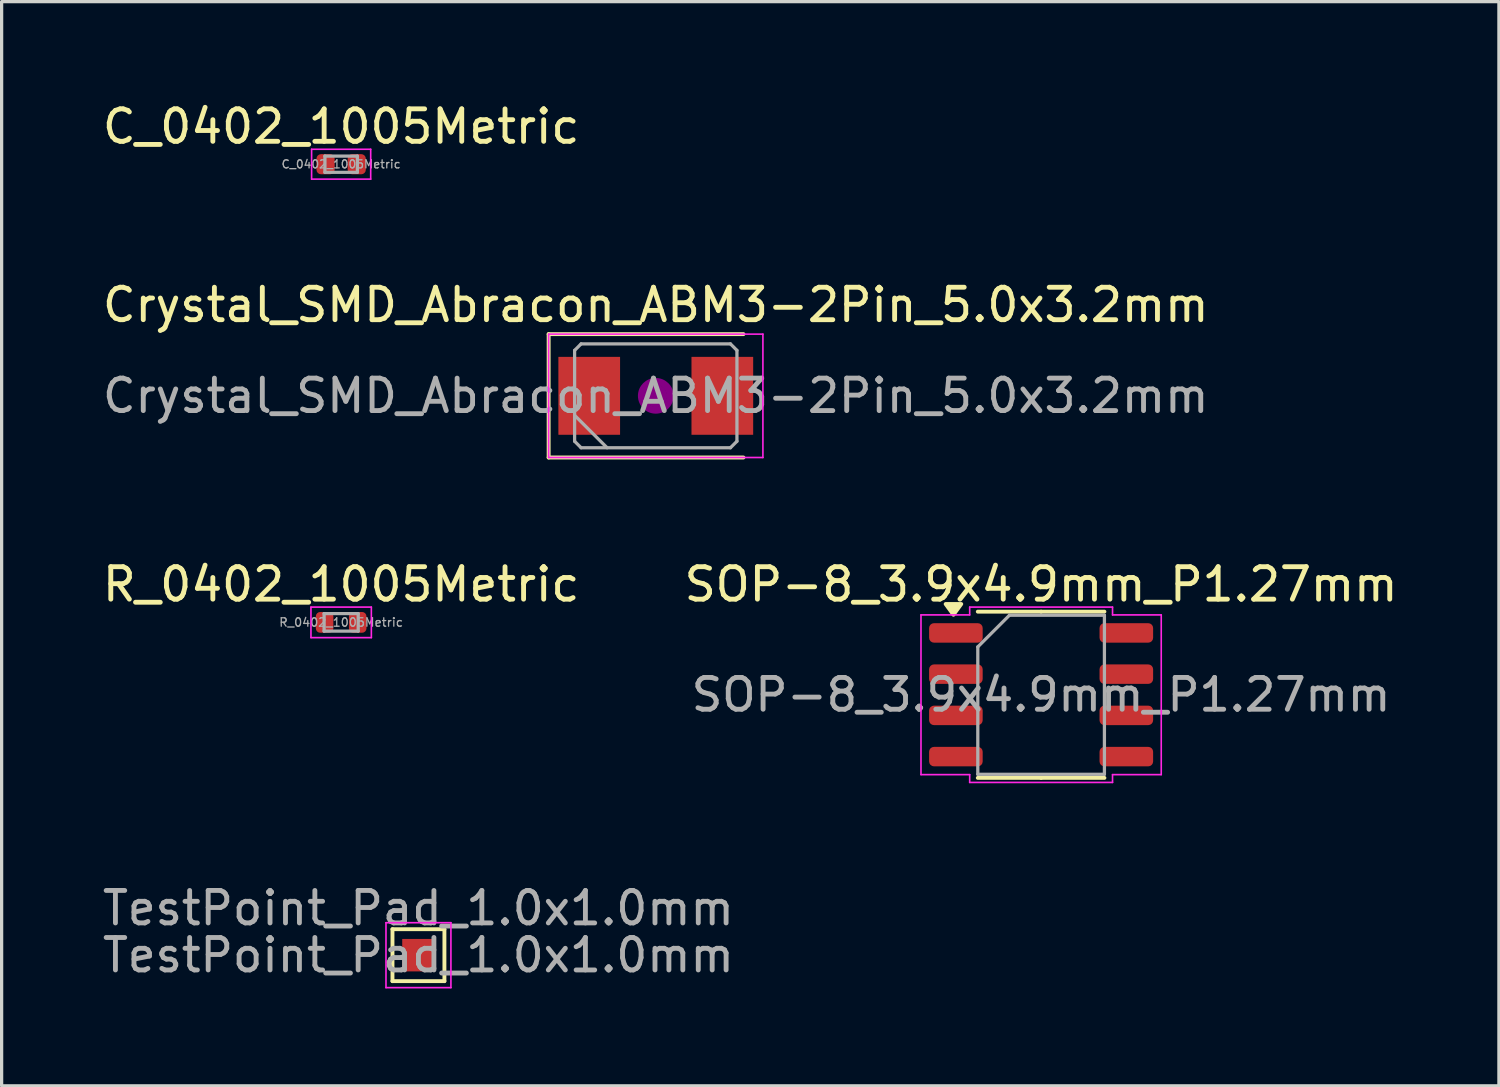
<source format=kicad_pcb>
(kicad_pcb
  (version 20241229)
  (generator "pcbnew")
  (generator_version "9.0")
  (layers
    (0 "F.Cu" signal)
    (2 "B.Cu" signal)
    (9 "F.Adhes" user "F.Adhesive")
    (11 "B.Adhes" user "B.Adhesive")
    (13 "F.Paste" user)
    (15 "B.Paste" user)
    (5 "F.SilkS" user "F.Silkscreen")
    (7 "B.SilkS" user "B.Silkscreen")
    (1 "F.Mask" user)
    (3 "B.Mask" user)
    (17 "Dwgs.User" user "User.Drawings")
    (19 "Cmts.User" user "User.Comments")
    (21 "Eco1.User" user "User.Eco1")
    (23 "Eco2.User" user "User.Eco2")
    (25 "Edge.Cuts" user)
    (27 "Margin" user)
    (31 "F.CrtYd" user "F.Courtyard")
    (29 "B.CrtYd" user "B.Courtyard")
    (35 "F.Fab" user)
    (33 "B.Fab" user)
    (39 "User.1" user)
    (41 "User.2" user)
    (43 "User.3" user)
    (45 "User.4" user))
  (footprint "C_0402_1005Metric"
    (layer "F.Cu")
    (at 7.458 2.008)
    (property "Reference" "C_0402_1005Metric" (at 0 -1.16 0) (layer "F.SilkS") (effects (font (size 1 1) (thickness 0.15))))
    (attr smd)
    (fp_line (start -0.91 -0.46) (end 0.91 -0.46) (stroke (width 0.05) (type solid)) (layer "F.CrtYd"))
    (fp_line (start -0.91 0.46) (end -0.91 -0.46) (stroke (width 0.05) (type solid)) (layer "F.CrtYd"))
    (fp_line (start 0.91 -0.46) (end 0.91 0.46) (stroke (width 0.05) (type solid)) (layer "F.CrtYd"))
    (fp_line (start 0.91 0.46) (end -0.91 0.46) (stroke (width 0.05) (type solid)) (layer "F.CrtYd"))
    (fp_line (start -0.5 -0.25) (end 0.5 -0.25) (stroke (width 0.1) (type solid)) (layer "F.Fab"))
    (fp_line (start -0.5 0.25) (end -0.5 -0.25) (stroke (width 0.1) (type solid)) (layer "F.Fab"))
    (fp_line (start 0.5 -0.25) (end 0.5 0.25) (stroke (width 0.1) (type solid)) (layer "F.Fab"))
    (fp_line (start 0.5 0.25) (end -0.5 0.25) (stroke (width 0.1) (type solid)) (layer "F.Fab"))
    (fp_text user "${REFERENCE}" (at 0 0 0) (layer "F.Fab") (effects (font (size 0.25 0.25) (thickness 0.04))))
    (pad "1" smd roundrect (at -0.48 0) (size 0.56 0.62) (layers "F.Cu" "F.Mask" "F.Paste") (roundrect_rratio 0.25))
    (pad "2" smd roundrect (at 0.48 0) (size 0.56 0.62) (layers "F.Cu" "F.Mask" "F.Paste") (roundrect_rratio 0.25)))
  (footprint "R_0402_1005Metric"
    (layer "F.Cu")
    (at 7.458 16.12)
    (property "Reference" "R_0402_1005Metric" (at 0 -1.17 0) (layer "F.SilkS") (effects (font (size 1 1) (thickness 0.15))))
    (attr smd)
    (fp_line (start -0.93 -0.47) (end 0.93 -0.47) (stroke (width 0.05) (type solid)) (layer "F.CrtYd"))
    (fp_line (start -0.93 0.47) (end -0.93 -0.47) (stroke (width 0.05) (type solid)) (layer "F.CrtYd"))
    (fp_line (start 0.93 -0.47) (end 0.93 0.47) (stroke (width 0.05) (type solid)) (layer "F.CrtYd"))
    (fp_line (start 0.93 0.47) (end -0.93 0.47) (stroke (width 0.05) (type solid)) (layer "F.CrtYd"))
    (fp_line (start -0.525 -0.27) (end 0.525 -0.27) (stroke (width 0.1) (type solid)) (layer "F.Fab"))
    (fp_line (start -0.525 0.27) (end -0.525 -0.27) (stroke (width 0.1) (type solid)) (layer "F.Fab"))
    (fp_line (start 0.525 -0.27) (end 0.525 0.27) (stroke (width 0.1) (type solid)) (layer "F.Fab"))
    (fp_line (start 0.525 0.27) (end -0.525 0.27) (stroke (width 0.1) (type solid)) (layer "F.Fab"))
    (fp_text user "${REFERENCE}" (at 0 0 0) (layer "F.Fab") (effects (font (size 0.26 0.26) (thickness 0.04))))
    (pad "1" smd roundrect (at -0.51 0) (size 0.54 0.64) (layers "F.Cu" "F.Mask" "F.Paste") (roundrect_rratio 0.25))
    (pad "2" smd roundrect (at 0.51 0) (size 0.54 0.64) (layers "F.Cu" "F.Mask" "F.Paste") (roundrect_rratio 0.25)))
  (footprint "Crystal_SMD_Abracon_ABM3-2Pin_5.0x3.2mm"
    (layer "F.Cu")
    (at 17.149 9.142)
    (property "Reference" "Crystal_SMD_Abracon_ABM3-2Pin_5.0x3.2mm" (at 0 -2.8 0) (layer "F.SilkS") (effects (font (size 1 1) (thickness 0.15))))
    (attr smd)
    (fp_line (start -3.3 -1.9) (end -3.3 1.9) (stroke (width 0.12) (type solid)) (layer "F.SilkS"))
    (fp_line (start -3.3 1.9) (end 2.7 1.9) (stroke (width 0.12) (type solid)) (layer "F.SilkS"))
    (fp_line (start 2.7 -1.9) (end -3.3 -1.9) (stroke (width 0.12) (type solid)) (layer "F.SilkS"))
    (fp_circle (center 0 0) (end 0.117 0) (stroke (width 0.233) (type solid)) (fill no) (layer "F.Adhes"))
    (fp_circle (center 0 0) (end 0.267 0) (stroke (width 0.167) (type solid)) (fill no) (layer "F.Adhes"))
    (fp_circle (center 0 0) (end 0.417 0) (stroke (width 0.167) (type solid)) (fill no) (layer "F.Adhes"))
    (fp_circle (center 0 0) (end 0.5 0) (stroke (width 0.1) (type solid)) (fill no) (layer "F.Adhes"))
    (fp_line (start -3.3 -1.9) (end -3.3 1.9) (stroke (width 0.05) (type solid)) (layer "F.CrtYd"))
    (fp_line (start -3.3 1.9) (end 3.3 1.9) (stroke (width 0.05) (type solid)) (layer "F.CrtYd"))
    (fp_line (start 3.3 -1.9) (end -3.3 -1.9) (stroke (width 0.05) (type solid)) (layer "F.CrtYd"))
    (fp_line (start 3.3 1.9) (end 3.3 -1.9) (stroke (width 0.05) (type solid)) (layer "F.CrtYd"))
    (fp_line (start -2.5 -1.4) (end -2.3 -1.6) (stroke (width 0.1) (type solid)) (layer "F.Fab"))
    (fp_line (start -2.5 0.6) (end -1.5 1.6) (stroke (width 0.1) (type solid)) (layer "F.Fab"))
    (fp_line (start -2.5 1.4) (end -2.5 -1.4) (stroke (width 0.1) (type solid)) (layer "F.Fab"))
    (fp_line (start -2.3 -1.6) (end 2.3 -1.6) (stroke (width 0.1) (type solid)) (layer "F.Fab"))
    (fp_line (start -2.3 1.6) (end -2.5 1.4) (stroke (width 0.1) (type solid)) (layer "F.Fab"))
    (fp_line (start 2.3 -1.6) (end 2.5 -1.4) (stroke (width 0.1) (type solid)) (layer "F.Fab"))
    (fp_line (start 2.3 1.6) (end -2.3 1.6) (stroke (width 0.1) (type solid)) (layer "F.Fab"))
    (fp_line (start 2.5 -1.4) (end 2.5 1.4) (stroke (width 0.1) (type solid)) (layer "F.Fab"))
    (fp_line (start 2.5 1.4) (end 2.3 1.6) (stroke (width 0.1) (type solid)) (layer "F.Fab"))
    (fp_text user "${REFERENCE}" (at 0 0 0) (layer "F.Fab") (effects (font (size 1 1) (thickness 0.15))))
    (pad "1" smd rect (at -2.05 0) (size 1.9 2.4) (layers "F.Cu" "F.Mask" "F.Paste"))
    (pad "2" smd rect (at 2.05 0) (size 1.9 2.4) (layers "F.Cu" "F.Mask" "F.Paste")))
  (footprint "TestPoint_Pad_1.0x1.0mm"
    (layer "F.Cu")
    (at 9.839 26.371)
    (property "Reference" "TestPoint_Pad_1.0x1.0mm" (at 0 -1.448 0) (layer "F.Fab") (effects (font (size 1 1) (thickness 0.15))))
    (attr exclude_from_pos_files exclude_from_bom)
    (fp_line (start -0.8 -0.8) (end 0.8 -0.8) (stroke (width 0.12) (type solid)) (layer "F.SilkS"))
    (fp_line (start -0.8 0.8) (end -0.8 -0.8) (stroke (width 0.12) (type solid)) (layer "F.SilkS"))
    (fp_line (start 0.8 -0.8) (end 0.8 0.8) (stroke (width 0.12) (type solid)) (layer "F.SilkS"))
    (fp_line (start 0.8 0.8) (end -0.8 0.8) (stroke (width 0.12) (type solid)) (layer "F.SilkS"))
    (fp_line (start -1 -1) (end -1 1) (stroke (width 0.05) (type solid)) (layer "F.CrtYd"))
    (fp_line (start -1 -1) (end 1 -1) (stroke (width 0.05) (type solid)) (layer "F.CrtYd"))
    (fp_line (start 1 1) (end -1 1) (stroke (width 0.05) (type solid)) (layer "F.CrtYd"))
    (fp_line (start 1 1) (end 1 -1) (stroke (width 0.05) (type solid)) (layer "F.CrtYd"))
    (fp_text user "${REFERENCE}" (at 0 0 0) (layer "F.Fab") (effects (font (size 1 1) (thickness 0.15))))
    (pad "1" smd rect (at 0 0) (size 1 1) (layers "F.Cu" "F.Mask")))
  (footprint "SOP-8_3.9x4.9mm_P1.27mm"
    (layer "F.Cu")
    (at 29.018 18.35)
    (property "Reference" "SOP-8_3.9x4.9mm_P1.27mm" (at 0 -3.4 0) (layer "F.SilkS") (effects (font (size 1 1) (thickness 0.15))))
    (attr smd)
    (fp_line (start 0 -2.56) (end -1.95 -2.56) (stroke (width 0.12) (type solid)) (layer "F.SilkS"))
    (fp_line (start 0 -2.56) (end 1.95 -2.56) (stroke (width 0.12) (type solid)) (layer "F.SilkS"))
    (fp_line (start 0 2.56) (end -1.95 2.56) (stroke (width 0.12) (type solid)) (layer "F.SilkS"))
    (fp_line (start 0 2.56) (end 1.95 2.56) (stroke (width 0.12) (type solid)) (layer "F.SilkS"))
    (fp_poly (pts (xy -2.7 -2.465) (xy -2.94 -2.795) (xy -2.46 -2.795)) (stroke (width 0.12) (type solid)) (fill yes) (layer "F.SilkS"))
    (fp_line (start -3.7 -2.46) (end -2.2 -2.46) (stroke (width 0.05) (type solid)) (layer "F.CrtYd"))
    (fp_line (start -3.7 2.46) (end -3.7 -2.46) (stroke (width 0.05) (type solid)) (layer "F.CrtYd"))
    (fp_line (start -2.2 -2.7) (end 2.2 -2.7) (stroke (width 0.05) (type solid)) (layer "F.CrtYd"))
    (fp_line (start -2.2 -2.46) (end -2.2 -2.7) (stroke (width 0.05) (type solid)) (layer "F.CrtYd"))
    (fp_line (start -2.2 2.46) (end -3.7 2.46) (stroke (width 0.05) (type solid)) (layer "F.CrtYd"))
    (fp_line (start -2.2 2.7) (end -2.2 2.46) (stroke (width 0.05) (type solid)) (layer "F.CrtYd"))
    (fp_line (start 2.2 -2.7) (end 2.2 -2.46) (stroke (width 0.05) (type solid)) (layer "F.CrtYd"))
    (fp_line (start 2.2 -2.46) (end 3.7 -2.46) (stroke (width 0.05) (type solid)) (layer "F.CrtYd"))
    (fp_line (start 2.2 2.46) (end 2.2 2.7) (stroke (width 0.05) (type solid)) (layer "F.CrtYd"))
    (fp_line (start 2.2 2.7) (end -2.2 2.7) (stroke (width 0.05) (type solid)) (layer "F.CrtYd"))
    (fp_line (start 3.7 -2.46) (end 3.7 2.46) (stroke (width 0.05) (type solid)) (layer "F.CrtYd"))
    (fp_line (start 3.7 2.46) (end 2.2 2.46) (stroke (width 0.05) (type solid)) (layer "F.CrtYd"))
    (fp_line (start -1.95 -1.475) (end -0.975 -2.45) (stroke (width 0.1) (type solid)) (layer "F.Fab"))
    (fp_line (start -1.95 2.45) (end -1.95 -1.475) (stroke (width 0.1) (type solid)) (layer "F.Fab"))
    (fp_line (start -0.975 -2.45) (end 1.95 -2.45) (stroke (width 0.1) (type solid)) (layer "F.Fab"))
    (fp_line (start 1.95 -2.45) (end 1.95 2.45) (stroke (width 0.1) (type solid)) (layer "F.Fab"))
    (fp_line (start 1.95 2.45) (end -1.95 2.45) (stroke (width 0.1) (type solid)) (layer "F.Fab"))
    (fp_text user "${REFERENCE}" (at 0 0 0) (layer "F.Fab") (effects (font (size 0.98 0.98) (thickness 0.15))))
    (pad "1" smd roundrect (at -2.625 -1.905) (size 1.65 0.6) (layers "F.Cu" "F.Mask" "F.Paste") (roundrect_rratio 0.25))
    (pad "2" smd roundrect (at -2.625 -0.635) (size 1.65 0.6) (layers "F.Cu" "F.Mask" "F.Paste") (roundrect_rratio 0.25))
    (pad "3" smd roundrect (at -2.625 0.635) (size 1.65 0.6) (layers "F.Cu" "F.Mask" "F.Paste") (roundrect_rratio 0.25))
    (pad "4" smd roundrect (at -2.625 1.905) (size 1.65 0.6) (layers "F.Cu" "F.Mask" "F.Paste") (roundrect_rratio 0.25))
    (pad "5" smd roundrect (at 2.625 1.905) (size 1.65 0.6) (layers "F.Cu" "F.Mask" "F.Paste") (roundrect_rratio 0.25))
    (pad "6" smd roundrect (at 2.625 0.635) (size 1.65 0.6) (layers "F.Cu" "F.Mask" "F.Paste") (roundrect_rratio 0.25))
    (pad "7" smd roundrect (at 2.625 -0.635) (size 1.65 0.6) (layers "F.Cu" "F.Mask" "F.Paste") (roundrect_rratio 0.25))
    (pad "8" smd roundrect (at 2.625 -1.905) (size 1.65 0.6) (layers "F.Cu" "F.Mask" "F.Paste") (roundrect_rratio 0.25)))
  (gr_rect
    (start -3 -3)
    (end 43.119 30.396)
    (stroke (width 0.1) (type default))
    (fill no)
    (layer "Edge.Cuts")))
</source>
